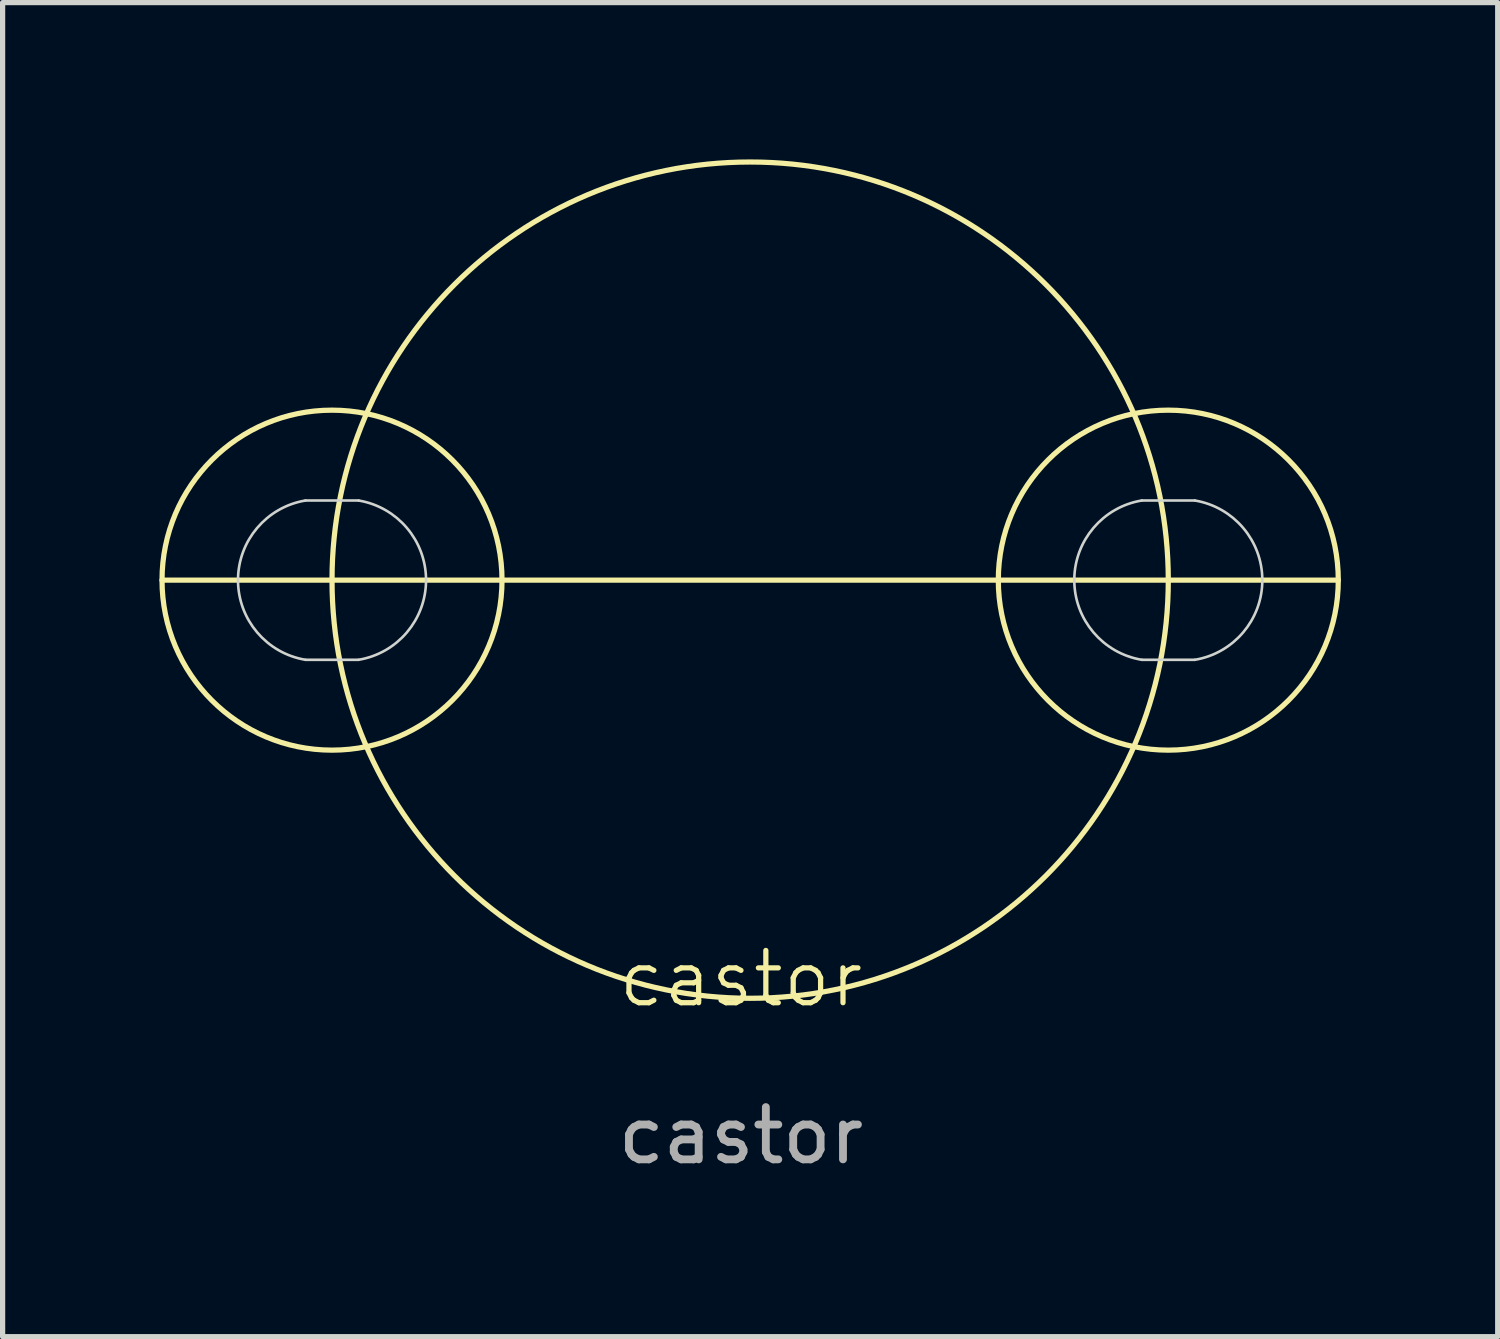
<source format=kicad_pcb>
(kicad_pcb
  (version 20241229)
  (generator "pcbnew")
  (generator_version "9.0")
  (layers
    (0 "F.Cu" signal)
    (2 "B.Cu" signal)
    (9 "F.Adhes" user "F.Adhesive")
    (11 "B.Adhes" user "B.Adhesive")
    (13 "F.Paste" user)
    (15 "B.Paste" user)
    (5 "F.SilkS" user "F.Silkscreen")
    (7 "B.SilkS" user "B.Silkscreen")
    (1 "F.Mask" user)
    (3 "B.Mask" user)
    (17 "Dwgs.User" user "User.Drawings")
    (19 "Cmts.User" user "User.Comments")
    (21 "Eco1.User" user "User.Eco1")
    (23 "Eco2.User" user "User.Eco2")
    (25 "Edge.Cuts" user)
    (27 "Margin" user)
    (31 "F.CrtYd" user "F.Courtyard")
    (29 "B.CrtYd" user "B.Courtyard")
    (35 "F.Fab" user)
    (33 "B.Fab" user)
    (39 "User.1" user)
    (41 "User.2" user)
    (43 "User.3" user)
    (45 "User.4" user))
  (footprint "castor"
    (layer "F.Cu")
    (at 11.128 16.179)
    (property "Reference" "castor" (at 0 -0.5 0) (unlocked yes) (layer "F.SilkS") (effects (font (size 1 1) (thickness 0.1))))
    (attr smd)
    (fp_line (start -11.078 -8.128) (end 11.43 -8.128) (stroke (width 0.1) (type default)) (layer "F.SilkS"))
    (fp_circle (center -7.825 -8.128) (end -5.793 -5.588) (stroke (width 0.1) (type default)) (fill no) (layer "F.SilkS"))
    (fp_circle (center 0.176 -8.128) (end 8.177 -8.128) (stroke (width 0.1) (type solid)) (fill no) (layer "F.SilkS"))
    (fp_circle (center 8.177 -8.128) (end 10.209 -5.588) (stroke (width 0.1) (type default)) (fill no) (layer "F.SilkS"))
    (fp_line (start -8.333 -9.652) (end -7.317 -9.652) (stroke (width 0.05) (type default)) (layer "Edge.Cuts"))
    (fp_line (start -8.333 -6.604) (end -7.317 -6.604) (stroke (width 0.05) (type default)) (layer "Edge.Cuts"))
    (fp_line (start 7.669 -9.652) (end 8.685 -9.652) (stroke (width 0.05) (type default)) (layer "Edge.Cuts"))
    (fp_line (start 7.669 -6.604) (end 8.685 -6.604) (stroke (width 0.05) (type default)) (layer "Edge.Cuts"))
    (fp_arc (start -8.332787 -6.604) (mid -9.623809 -8.128) (end -8.332787 -9.652) (stroke (width 0.05) (type default)) (layer "Edge.Cuts"))
    (fp_arc (start -7.316787 -9.652) (mid -6.025765 -8.128) (end -7.316787 -6.604) (stroke (width 0.05) (type default)) (layer "Edge.Cuts"))
    (fp_arc (start 7.669213 -6.604) (mid 6.378191 -8.128) (end 7.669213 -9.652) (stroke (width 0.05) (type default)) (layer "Edge.Cuts"))
    (fp_arc (start 8.685213 -9.652) (mid 9.976235 -8.128) (end 8.685213 -6.604) (stroke (width 0.05) (type default)) (layer "Edge.Cuts"))
    (fp_text user "${REFERENCE}" (at 0 2.5 0) (unlocked yes) (layer "F.Fab") (effects (font (size 1 1) (thickness 0.15)))))
  (gr_rect
    (start -3 -3)
    (end 25.608 22.527)
    (stroke (width 0.1) (type default))
    (fill no)
    (layer "Edge.Cuts")))
</source>
